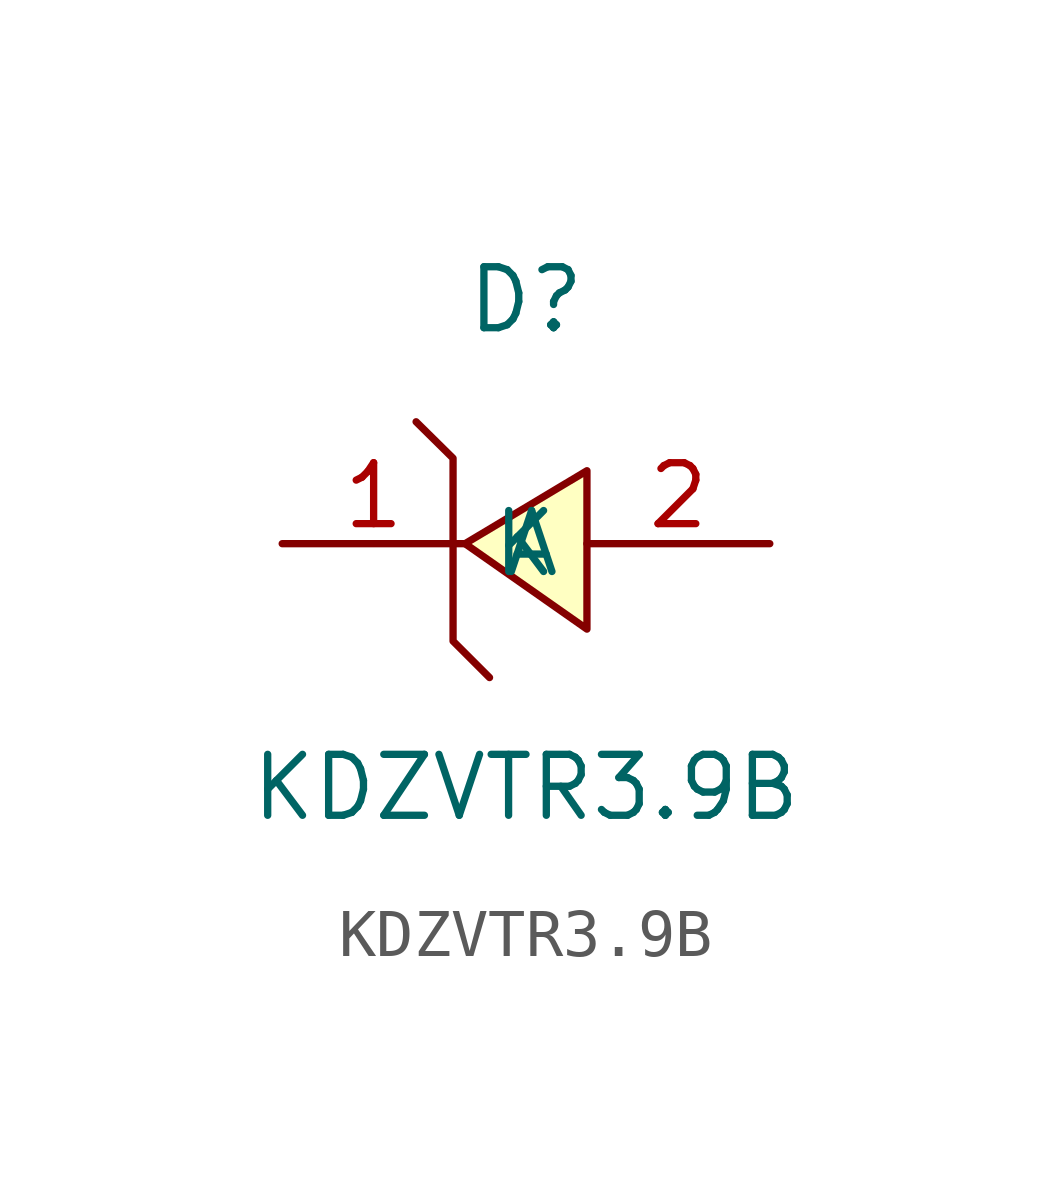
<source format=kicad_sym>
(kicad_symbol_lib
  (version 1)
  (generator "faebryk")
  (symbol "KDZVTR3.9B"
    (property "Reference" "D"
      (at 0 5.08 0)
      (effects (font (size 1.27 1.27)) (hide no)))
    (property "Value" "KDZVTR3.9B"
      (at 0 -5.08 0)
      (effects (font (size 1.27 1.27)) (hide no)))
    (symbol "KDZVTR3.9B_0_1"
      (polyline (stroke (width 0) (type default) (color 0 0 0 0)) (fill (type background)) (pts (xy 1.27 1.52) (xy -1.27 0) (xy 1.27 -1.78) (xy 1.27 1.52)))
      (polyline (stroke (width 0) (type default) (color 0 0 0 0)) (fill (type none)) (pts (xy -2.29 2.54) (xy -1.52 1.78) (xy -1.52 1.78) (xy -1.52 -2.03) (xy -1.52 -2.03) (xy -0.76 -2.79)))
      (pin unspecified line (at 5.08 0 180) (length 3.81) (name "A" (effects (font (size 1.27 1.27)) (hide no))) (number "2" (effects (font (size 1.27 1.27)) (hide no))))
      (pin unspecified line (at -5.08 0 0) (length 3.81) (name "K" (effects (font (size 1.27 1.27)) (hide no))) (number "1" (effects (font (size 1.27 1.27)) (hide no)))))))
</source>
